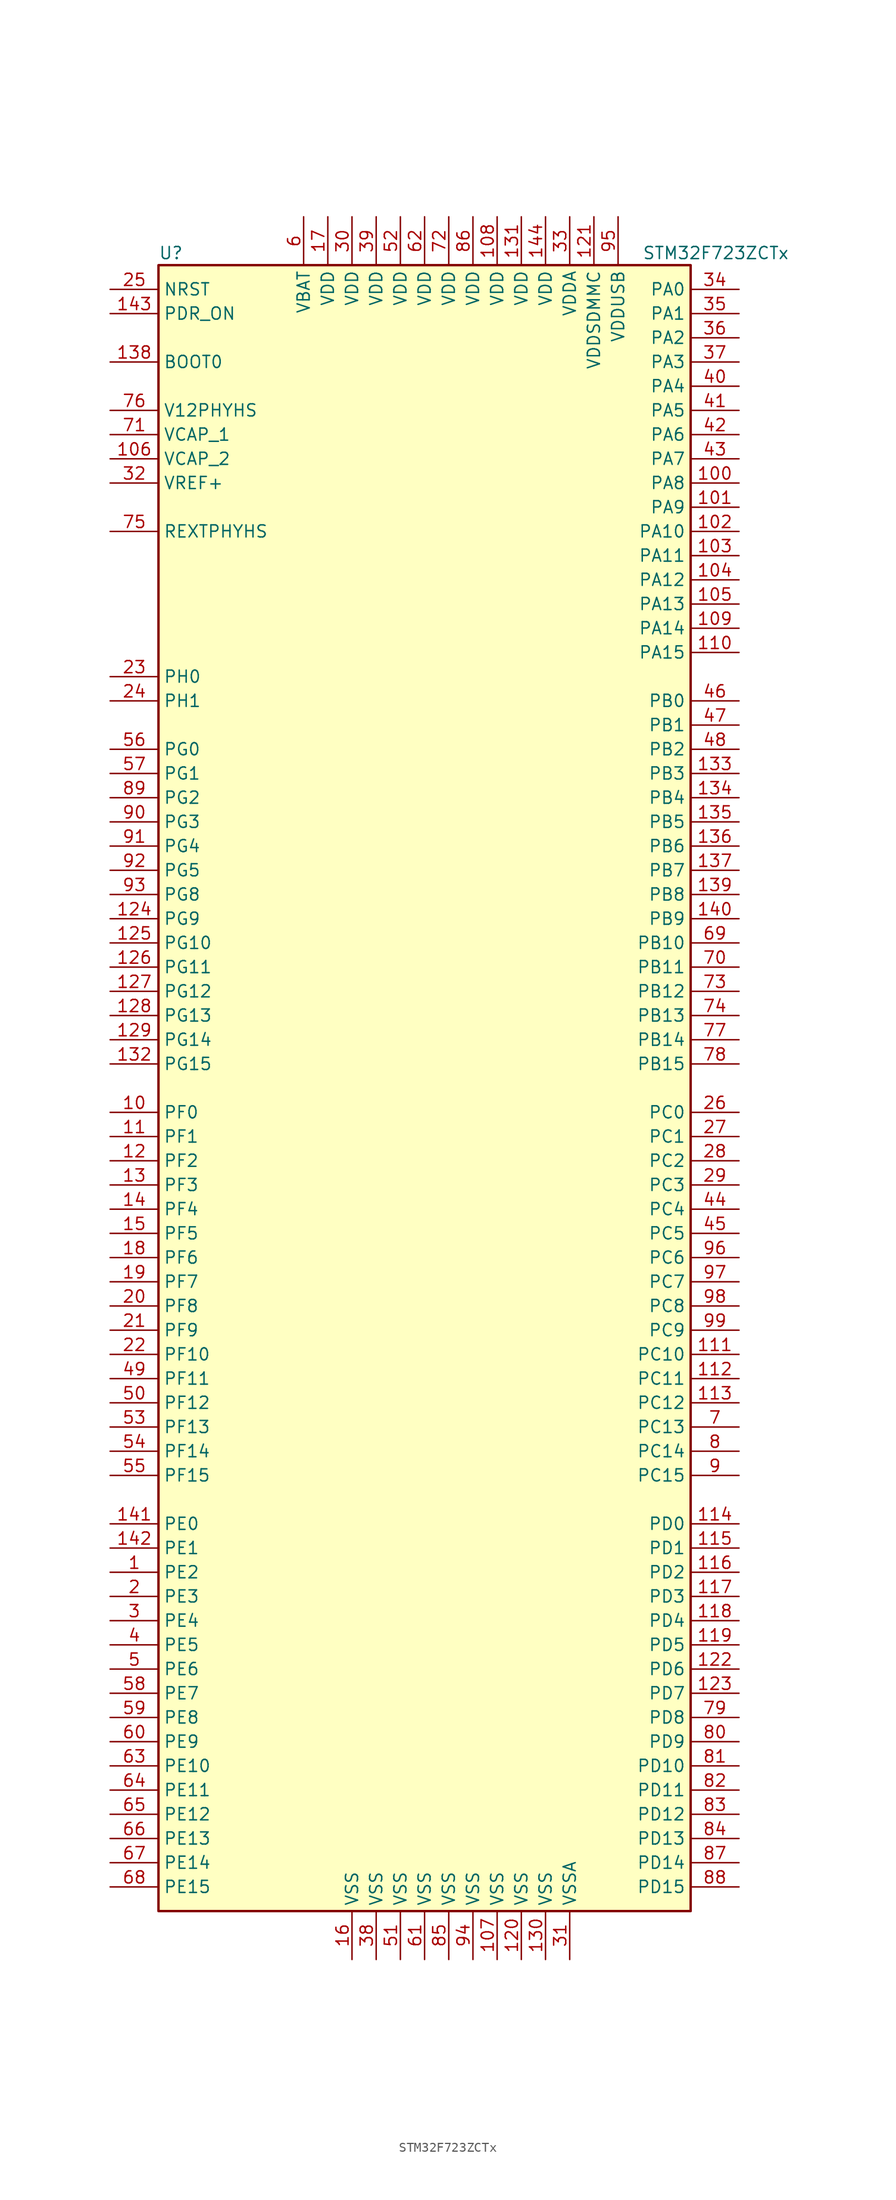
<source format=kicad_sym>
(kicad_symbol_lib
  (version 20201005)
  (generator kicad_symbol_editor)
  (symbol "STM32F723ZCTx"
    (property "Reference" "U"
      (at -27.94 87.63 0)
      (effects (font (size 1.27 1.27)) (justify left)))
    (property "Value" "STM32F723ZCTx"
      (at 22.86 87.63 0)
      (effects (font (size 1.27 1.27)) (justify left)))
    (symbol "STM32F723ZCTx_0_1"
      (rectangle (start -27.94 -86.36) (end 27.94 86.36) (stroke (width 0.254)) (fill (type background))))
    (symbol "STM32F723ZCTx_1_1"
      (pin bidirectional line (at -33.02 -50.8 0) (length 5.08) (name "PE2" (effects (font (size 1.27 1.27)))) (number "1" (effects (font (size 1.27 1.27)))))
      (pin bidirectional line (at -33.02 -2.54 0) (length 5.08) (name "PF0" (effects (font (size 1.27 1.27)))) (number "10" (effects (font (size 1.27 1.27)))))
      (pin bidirectional line (at 33.02 63.5 180) (length 5.08) (name "PA8" (effects (font (size 1.27 1.27)))) (number "100" (effects (font (size 1.27 1.27)))))
      (pin bidirectional line (at 33.02 60.96 180) (length 5.08) (name "PA9" (effects (font (size 1.27 1.27)))) (number "101" (effects (font (size 1.27 1.27)))))
      (pin bidirectional line (at 33.02 58.42 180) (length 5.08) (name "PA10" (effects (font (size 1.27 1.27)))) (number "102" (effects (font (size 1.27 1.27)))))
      (pin bidirectional line (at 33.02 55.88 180) (length 5.08) (name "PA11" (effects (font (size 1.27 1.27)))) (number "103" (effects (font (size 1.27 1.27)))))
      (pin bidirectional line (at 33.02 53.34 180) (length 5.08) (name "PA12" (effects (font (size 1.27 1.27)))) (number "104" (effects (font (size 1.27 1.27)))))
      (pin bidirectional line (at 33.02 50.8 180) (length 5.08) (name "PA13" (effects (font (size 1.27 1.27)))) (number "105" (effects (font (size 1.27 1.27)))))
      (pin power_in line (at -33.02 66.04 0) (length 5.08) (name "VCAP_2" (effects (font (size 1.27 1.27)))) (number "106" (effects (font (size 1.27 1.27)))))
      (pin power_in line (at 7.62 -91.44 90) (length 5.08) (name "VSS" (effects (font (size 1.27 1.27)))) (number "107" (effects (font (size 1.27 1.27)))))
      (pin power_in line (at 7.62 91.44 270) (length 5.08) (name "VDD" (effects (font (size 1.27 1.27)))) (number "108" (effects (font (size 1.27 1.27)))))
      (pin bidirectional line (at 33.02 48.26 180) (length 5.08) (name "PA14" (effects (font (size 1.27 1.27)))) (number "109" (effects (font (size 1.27 1.27)))))
      (pin bidirectional line (at -33.02 -5.08 0) (length 5.08) (name "PF1" (effects (font (size 1.27 1.27)))) (number "11" (effects (font (size 1.27 1.27)))))
      (pin bidirectional line (at 33.02 45.72 180) (length 5.08) (name "PA15" (effects (font (size 1.27 1.27)))) (number "110" (effects (font (size 1.27 1.27)))))
      (pin bidirectional line (at 33.02 -27.94 180) (length 5.08) (name "PC10" (effects (font (size 1.27 1.27)))) (number "111" (effects (font (size 1.27 1.27)))))
      (pin bidirectional line (at 33.02 -30.48 180) (length 5.08) (name "PC11" (effects (font (size 1.27 1.27)))) (number "112" (effects (font (size 1.27 1.27)))))
      (pin bidirectional line (at 33.02 -33.02 180) (length 5.08) (name "PC12" (effects (font (size 1.27 1.27)))) (number "113" (effects (font (size 1.27 1.27)))))
      (pin bidirectional line (at 33.02 -45.72 180) (length 5.08) (name "PD0" (effects (font (size 1.27 1.27)))) (number "114" (effects (font (size 1.27 1.27)))))
      (pin bidirectional line (at 33.02 -48.26 180) (length 5.08) (name "PD1" (effects (font (size 1.27 1.27)))) (number "115" (effects (font (size 1.27 1.27)))))
      (pin bidirectional line (at 33.02 -50.8 180) (length 5.08) (name "PD2" (effects (font (size 1.27 1.27)))) (number "116" (effects (font (size 1.27 1.27)))))
      (pin bidirectional line (at 33.02 -53.34 180) (length 5.08) (name "PD3" (effects (font (size 1.27 1.27)))) (number "117" (effects (font (size 1.27 1.27)))))
      (pin bidirectional line (at 33.02 -55.88 180) (length 5.08) (name "PD4" (effects (font (size 1.27 1.27)))) (number "118" (effects (font (size 1.27 1.27)))))
      (pin bidirectional line (at 33.02 -58.42 180) (length 5.08) (name "PD5" (effects (font (size 1.27 1.27)))) (number "119" (effects (font (size 1.27 1.27)))))
      (pin bidirectional line (at -33.02 -7.62 0) (length 5.08) (name "PF2" (effects (font (size 1.27 1.27)))) (number "12" (effects (font (size 1.27 1.27)))))
      (pin power_in line (at 10.16 -91.44 90) (length 5.08) (name "VSS" (effects (font (size 1.27 1.27)))) (number "120" (effects (font (size 1.27 1.27)))))
      (pin power_in line (at 17.78 91.44 270) (length 5.08) (name "VDDSDMMC" (effects (font (size 1.27 1.27)))) (number "121" (effects (font (size 1.27 1.27)))))
      (pin bidirectional line (at 33.02 -60.96 180) (length 5.08) (name "PD6" (effects (font (size 1.27 1.27)))) (number "122" (effects (font (size 1.27 1.27)))))
      (pin bidirectional line (at 33.02 -63.5 180) (length 5.08) (name "PD7" (effects (font (size 1.27 1.27)))) (number "123" (effects (font (size 1.27 1.27)))))
      (pin bidirectional line (at -33.02 17.78 0) (length 5.08) (name "PG9" (effects (font (size 1.27 1.27)))) (number "124" (effects (font (size 1.27 1.27)))))
      (pin bidirectional line (at -33.02 15.24 0) (length 5.08) (name "PG10" (effects (font (size 1.27 1.27)))) (number "125" (effects (font (size 1.27 1.27)))))
      (pin bidirectional line (at -33.02 12.7 0) (length 5.08) (name "PG11" (effects (font (size 1.27 1.27)))) (number "126" (effects (font (size 1.27 1.27)))))
      (pin bidirectional line (at -33.02 10.16 0) (length 5.08) (name "PG12" (effects (font (size 1.27 1.27)))) (number "127" (effects (font (size 1.27 1.27)))))
      (pin bidirectional line (at -33.02 7.62 0) (length 5.08) (name "PG13" (effects (font (size 1.27 1.27)))) (number "128" (effects (font (size 1.27 1.27)))))
      (pin bidirectional line (at -33.02 5.08 0) (length 5.08) (name "PG14" (effects (font (size 1.27 1.27)))) (number "129" (effects (font (size 1.27 1.27)))))
      (pin bidirectional line (at -33.02 -10.16 0) (length 5.08) (name "PF3" (effects (font (size 1.27 1.27)))) (number "13" (effects (font (size 1.27 1.27)))))
      (pin power_in line (at 12.7 -91.44 90) (length 5.08) (name "VSS" (effects (font (size 1.27 1.27)))) (number "130" (effects (font (size 1.27 1.27)))))
      (pin power_in line (at 10.16 91.44 270) (length 5.08) (name "VDD" (effects (font (size 1.27 1.27)))) (number "131" (effects (font (size 1.27 1.27)))))
      (pin bidirectional line (at -33.02 2.54 0) (length 5.08) (name "PG15" (effects (font (size 1.27 1.27)))) (number "132" (effects (font (size 1.27 1.27)))))
      (pin bidirectional line (at 33.02 33.02 180) (length 5.08) (name "PB3" (effects (font (size 1.27 1.27)))) (number "133" (effects (font (size 1.27 1.27)))))
      (pin bidirectional line (at 33.02 30.48 180) (length 5.08) (name "PB4" (effects (font (size 1.27 1.27)))) (number "134" (effects (font (size 1.27 1.27)))))
      (pin bidirectional line (at 33.02 27.94 180) (length 5.08) (name "PB5" (effects (font (size 1.27 1.27)))) (number "135" (effects (font (size 1.27 1.27)))))
      (pin bidirectional line (at 33.02 25.4 180) (length 5.08) (name "PB6" (effects (font (size 1.27 1.27)))) (number "136" (effects (font (size 1.27 1.27)))))
      (pin bidirectional line (at 33.02 22.86 180) (length 5.08) (name "PB7" (effects (font (size 1.27 1.27)))) (number "137" (effects (font (size 1.27 1.27)))))
      (pin input line (at -33.02 76.2 0) (length 5.08) (name "BOOT0" (effects (font (size 1.27 1.27)))) (number "138" (effects (font (size 1.27 1.27)))))
      (pin bidirectional line (at 33.02 20.32 180) (length 5.08) (name "PB8" (effects (font (size 1.27 1.27)))) (number "139" (effects (font (size 1.27 1.27)))))
      (pin bidirectional line (at -33.02 -12.7 0) (length 5.08) (name "PF4" (effects (font (size 1.27 1.27)))) (number "14" (effects (font (size 1.27 1.27)))))
      (pin bidirectional line (at 33.02 17.78 180) (length 5.08) (name "PB9" (effects (font (size 1.27 1.27)))) (number "140" (effects (font (size 1.27 1.27)))))
      (pin bidirectional line (at -33.02 -45.72 0) (length 5.08) (name "PE0" (effects (font (size 1.27 1.27)))) (number "141" (effects (font (size 1.27 1.27)))))
      (pin bidirectional line (at -33.02 -48.26 0) (length 5.08) (name "PE1" (effects (font (size 1.27 1.27)))) (number "142" (effects (font (size 1.27 1.27)))))
      (pin input line (at -33.02 81.28 0) (length 5.08) (name "PDR_ON" (effects (font (size 1.27 1.27)))) (number "143" (effects (font (size 1.27 1.27)))))
      (pin power_in line (at 12.7 91.44 270) (length 5.08) (name "VDD" (effects (font (size 1.27 1.27)))) (number "144" (effects (font (size 1.27 1.27)))))
      (pin bidirectional line (at -33.02 -15.24 0) (length 5.08) (name "PF5" (effects (font (size 1.27 1.27)))) (number "15" (effects (font (size 1.27 1.27)))))
      (pin power_in line (at -7.62 -91.44 90) (length 5.08) (name "VSS" (effects (font (size 1.27 1.27)))) (number "16" (effects (font (size 1.27 1.27)))))
      (pin power_in line (at -10.16 91.44 270) (length 5.08) (name "VDD" (effects (font (size 1.27 1.27)))) (number "17" (effects (font (size 1.27 1.27)))))
      (pin bidirectional line (at -33.02 -17.78 0) (length 5.08) (name "PF6" (effects (font (size 1.27 1.27)))) (number "18" (effects (font (size 1.27 1.27)))))
      (pin bidirectional line (at -33.02 -20.32 0) (length 5.08) (name "PF7" (effects (font (size 1.27 1.27)))) (number "19" (effects (font (size 1.27 1.27)))))
      (pin bidirectional line (at -33.02 -53.34 0) (length 5.08) (name "PE3" (effects (font (size 1.27 1.27)))) (number "2" (effects (font (size 1.27 1.27)))))
      (pin bidirectional line (at -33.02 -22.86 0) (length 5.08) (name "PF8" (effects (font (size 1.27 1.27)))) (number "20" (effects (font (size 1.27 1.27)))))
      (pin bidirectional line (at -33.02 -25.4 0) (length 5.08) (name "PF9" (effects (font (size 1.27 1.27)))) (number "21" (effects (font (size 1.27 1.27)))))
      (pin bidirectional line (at -33.02 -27.94 0) (length 5.08) (name "PF10" (effects (font (size 1.27 1.27)))) (number "22" (effects (font (size 1.27 1.27)))))
      (pin input line (at -33.02 43.18 0) (length 5.08) (name "PH0" (effects (font (size 1.27 1.27)))) (number "23" (effects (font (size 1.27 1.27)))))
      (pin input line (at -33.02 40.64 0) (length 5.08) (name "PH1" (effects (font (size 1.27 1.27)))) (number "24" (effects (font (size 1.27 1.27)))))
      (pin input line (at -33.02 83.82 0) (length 5.08) (name "NRST" (effects (font (size 1.27 1.27)))) (number "25" (effects (font (size 1.27 1.27)))))
      (pin bidirectional line (at 33.02 -2.54 180) (length 5.08) (name "PC0" (effects (font (size 1.27 1.27)))) (number "26" (effects (font (size 1.27 1.27)))))
      (pin bidirectional line (at 33.02 -5.08 180) (length 5.08) (name "PC1" (effects (font (size 1.27 1.27)))) (number "27" (effects (font (size 1.27 1.27)))))
      (pin bidirectional line (at 33.02 -7.62 180) (length 5.08) (name "PC2" (effects (font (size 1.27 1.27)))) (number "28" (effects (font (size 1.27 1.27)))))
      (pin bidirectional line (at 33.02 -10.16 180) (length 5.08) (name "PC3" (effects (font (size 1.27 1.27)))) (number "29" (effects (font (size 1.27 1.27)))))
      (pin bidirectional line (at -33.02 -55.88 0) (length 5.08) (name "PE4" (effects (font (size 1.27 1.27)))) (number "3" (effects (font (size 1.27 1.27)))))
      (pin power_in line (at -7.62 91.44 270) (length 5.08) (name "VDD" (effects (font (size 1.27 1.27)))) (number "30" (effects (font (size 1.27 1.27)))))
      (pin power_in line (at 15.24 -91.44 90) (length 5.08) (name "VSSA" (effects (font (size 1.27 1.27)))) (number "31" (effects (font (size 1.27 1.27)))))
      (pin power_in line (at -33.02 63.5 0) (length 5.08) (name "VREF+" (effects (font (size 1.27 1.27)))) (number "32" (effects (font (size 1.27 1.27)))))
      (pin power_in line (at 15.24 91.44 270) (length 5.08) (name "VDDA" (effects (font (size 1.27 1.27)))) (number "33" (effects (font (size 1.27 1.27)))))
      (pin bidirectional line (at 33.02 83.82 180) (length 5.08) (name "PA0" (effects (font (size 1.27 1.27)))) (number "34" (effects (font (size 1.27 1.27)))))
      (pin bidirectional line (at 33.02 81.28 180) (length 5.08) (name "PA1" (effects (font (size 1.27 1.27)))) (number "35" (effects (font (size 1.27 1.27)))))
      (pin bidirectional line (at 33.02 78.74 180) (length 5.08) (name "PA2" (effects (font (size 1.27 1.27)))) (number "36" (effects (font (size 1.27 1.27)))))
      (pin bidirectional line (at 33.02 76.2 180) (length 5.08) (name "PA3" (effects (font (size 1.27 1.27)))) (number "37" (effects (font (size 1.27 1.27)))))
      (pin power_in line (at -5.08 -91.44 90) (length 5.08) (name "VSS" (effects (font (size 1.27 1.27)))) (number "38" (effects (font (size 1.27 1.27)))))
      (pin power_in line (at -5.08 91.44 270) (length 5.08) (name "VDD" (effects (font (size 1.27 1.27)))) (number "39" (effects (font (size 1.27 1.27)))))
      (pin bidirectional line (at -33.02 -58.42 0) (length 5.08) (name "PE5" (effects (font (size 1.27 1.27)))) (number "4" (effects (font (size 1.27 1.27)))))
      (pin bidirectional line (at 33.02 73.66 180) (length 5.08) (name "PA4" (effects (font (size 1.27 1.27)))) (number "40" (effects (font (size 1.27 1.27)))))
      (pin bidirectional line (at 33.02 71.12 180) (length 5.08) (name "PA5" (effects (font (size 1.27 1.27)))) (number "41" (effects (font (size 1.27 1.27)))))
      (pin bidirectional line (at 33.02 68.58 180) (length 5.08) (name "PA6" (effects (font (size 1.27 1.27)))) (number "42" (effects (font (size 1.27 1.27)))))
      (pin bidirectional line (at 33.02 66.04 180) (length 5.08) (name "PA7" (effects (font (size 1.27 1.27)))) (number "43" (effects (font (size 1.27 1.27)))))
      (pin bidirectional line (at 33.02 -12.7 180) (length 5.08) (name "PC4" (effects (font (size 1.27 1.27)))) (number "44" (effects (font (size 1.27 1.27)))))
      (pin bidirectional line (at 33.02 -15.24 180) (length 5.08) (name "PC5" (effects (font (size 1.27 1.27)))) (number "45" (effects (font (size 1.27 1.27)))))
      (pin bidirectional line (at 33.02 40.64 180) (length 5.08) (name "PB0" (effects (font (size 1.27 1.27)))) (number "46" (effects (font (size 1.27 1.27)))))
      (pin bidirectional line (at 33.02 38.1 180) (length 5.08) (name "PB1" (effects (font (size 1.27 1.27)))) (number "47" (effects (font (size 1.27 1.27)))))
      (pin bidirectional line (at 33.02 35.56 180) (length 5.08) (name "PB2" (effects (font (size 1.27 1.27)))) (number "48" (effects (font (size 1.27 1.27)))))
      (pin bidirectional line (at -33.02 -30.48 0) (length 5.08) (name "PF11" (effects (font (size 1.27 1.27)))) (number "49" (effects (font (size 1.27 1.27)))))
      (pin bidirectional line (at -33.02 -60.96 0) (length 5.08) (name "PE6" (effects (font (size 1.27 1.27)))) (number "5" (effects (font (size 1.27 1.27)))))
      (pin bidirectional line (at -33.02 -33.02 0) (length 5.08) (name "PF12" (effects (font (size 1.27 1.27)))) (number "50" (effects (font (size 1.27 1.27)))))
      (pin power_in line (at -2.54 -91.44 90) (length 5.08) (name "VSS" (effects (font (size 1.27 1.27)))) (number "51" (effects (font (size 1.27 1.27)))))
      (pin power_in line (at -2.54 91.44 270) (length 5.08) (name "VDD" (effects (font (size 1.27 1.27)))) (number "52" (effects (font (size 1.27 1.27)))))
      (pin bidirectional line (at -33.02 -35.56 0) (length 5.08) (name "PF13" (effects (font (size 1.27 1.27)))) (number "53" (effects (font (size 1.27 1.27)))))
      (pin bidirectional line (at -33.02 -38.1 0) (length 5.08) (name "PF14" (effects (font (size 1.27 1.27)))) (number "54" (effects (font (size 1.27 1.27)))))
      (pin bidirectional line (at -33.02 -40.64 0) (length 5.08) (name "PF15" (effects (font (size 1.27 1.27)))) (number "55" (effects (font (size 1.27 1.27)))))
      (pin bidirectional line (at -33.02 35.56 0) (length 5.08) (name "PG0" (effects (font (size 1.27 1.27)))) (number "56" (effects (font (size 1.27 1.27)))))
      (pin bidirectional line (at -33.02 33.02 0) (length 5.08) (name "PG1" (effects (font (size 1.27 1.27)))) (number "57" (effects (font (size 1.27 1.27)))))
      (pin bidirectional line (at -33.02 -63.5 0) (length 5.08) (name "PE7" (effects (font (size 1.27 1.27)))) (number "58" (effects (font (size 1.27 1.27)))))
      (pin bidirectional line (at -33.02 -66.04 0) (length 5.08) (name "PE8" (effects (font (size 1.27 1.27)))) (number "59" (effects (font (size 1.27 1.27)))))
      (pin power_in line (at -12.7 91.44 270) (length 5.08) (name "VBAT" (effects (font (size 1.27 1.27)))) (number "6" (effects (font (size 1.27 1.27)))))
      (pin bidirectional line (at -33.02 -68.58 0) (length 5.08) (name "PE9" (effects (font (size 1.27 1.27)))) (number "60" (effects (font (size 1.27 1.27)))))
      (pin power_in line (at 0 -91.44 90) (length 5.08) (name "VSS" (effects (font (size 1.27 1.27)))) (number "61" (effects (font (size 1.27 1.27)))))
      (pin power_in line (at 0 91.44 270) (length 5.08) (name "VDD" (effects (font (size 1.27 1.27)))) (number "62" (effects (font (size 1.27 1.27)))))
      (pin bidirectional line (at -33.02 -71.12 0) (length 5.08) (name "PE10" (effects (font (size 1.27 1.27)))) (number "63" (effects (font (size 1.27 1.27)))))
      (pin bidirectional line (at -33.02 -73.66 0) (length 5.08) (name "PE11" (effects (font (size 1.27 1.27)))) (number "64" (effects (font (size 1.27 1.27)))))
      (pin bidirectional line (at -33.02 -76.2 0) (length 5.08) (name "PE12" (effects (font (size 1.27 1.27)))) (number "65" (effects (font (size 1.27 1.27)))))
      (pin bidirectional line (at -33.02 -78.74 0) (length 5.08) (name "PE13" (effects (font (size 1.27 1.27)))) (number "66" (effects (font (size 1.27 1.27)))))
      (pin bidirectional line (at -33.02 -81.28 0) (length 5.08) (name "PE14" (effects (font (size 1.27 1.27)))) (number "67" (effects (font (size 1.27 1.27)))))
      (pin bidirectional line (at -33.02 -83.82 0) (length 5.08) (name "PE15" (effects (font (size 1.27 1.27)))) (number "68" (effects (font (size 1.27 1.27)))))
      (pin bidirectional line (at 33.02 15.24 180) (length 5.08) (name "PB10" (effects (font (size 1.27 1.27)))) (number "69" (effects (font (size 1.27 1.27)))))
      (pin bidirectional line (at 33.02 -35.56 180) (length 5.08) (name "PC13" (effects (font (size 1.27 1.27)))) (number "7" (effects (font (size 1.27 1.27)))))
      (pin bidirectional line (at 33.02 12.7 180) (length 5.08) (name "PB11" (effects (font (size 1.27 1.27)))) (number "70" (effects (font (size 1.27 1.27)))))
      (pin power_in line (at -33.02 68.58 0) (length 5.08) (name "VCAP_1" (effects (font (size 1.27 1.27)))) (number "71" (effects (font (size 1.27 1.27)))))
      (pin power_in line (at 2.54 91.44 270) (length 5.08) (name "VDD" (effects (font (size 1.27 1.27)))) (number "72" (effects (font (size 1.27 1.27)))))
      (pin bidirectional line (at 33.02 10.16 180) (length 5.08) (name "PB12" (effects (font (size 1.27 1.27)))) (number "73" (effects (font (size 1.27 1.27)))))
      (pin bidirectional line (at 33.02 7.62 180) (length 5.08) (name "PB13" (effects (font (size 1.27 1.27)))) (number "74" (effects (font (size 1.27 1.27)))))
      (pin bidirectional line (at -33.02 58.42 0) (length 5.08) (name "REXTPHYHS" (effects (font (size 1.27 1.27)))) (number "75" (effects (font (size 1.27 1.27)))))
      (pin power_in line (at -33.02 71.12 0) (length 5.08) (name "V12PHYHS" (effects (font (size 1.27 1.27)))) (number "76" (effects (font (size 1.27 1.27)))))
      (pin bidirectional line (at 33.02 5.08 180) (length 5.08) (name "PB14" (effects (font (size 1.27 1.27)))) (number "77" (effects (font (size 1.27 1.27)))))
      (pin bidirectional line (at 33.02 2.54 180) (length 5.08) (name "PB15" (effects (font (size 1.27 1.27)))) (number "78" (effects (font (size 1.27 1.27)))))
      (pin bidirectional line (at 33.02 -66.04 180) (length 5.08) (name "PD8" (effects (font (size 1.27 1.27)))) (number "79" (effects (font (size 1.27 1.27)))))
      (pin bidirectional line (at 33.02 -38.1 180) (length 5.08) (name "PC14" (effects (font (size 1.27 1.27)))) (number "8" (effects (font (size 1.27 1.27)))))
      (pin bidirectional line (at 33.02 -68.58 180) (length 5.08) (name "PD9" (effects (font (size 1.27 1.27)))) (number "80" (effects (font (size 1.27 1.27)))))
      (pin bidirectional line (at 33.02 -71.12 180) (length 5.08) (name "PD10" (effects (font (size 1.27 1.27)))) (number "81" (effects (font (size 1.27 1.27)))))
      (pin bidirectional line (at 33.02 -73.66 180) (length 5.08) (name "PD11" (effects (font (size 1.27 1.27)))) (number "82" (effects (font (size 1.27 1.27)))))
      (pin bidirectional line (at 33.02 -76.2 180) (length 5.08) (name "PD12" (effects (font (size 1.27 1.27)))) (number "83" (effects (font (size 1.27 1.27)))))
      (pin bidirectional line (at 33.02 -78.74 180) (length 5.08) (name "PD13" (effects (font (size 1.27 1.27)))) (number "84" (effects (font (size 1.27 1.27)))))
      (pin power_in line (at 2.54 -91.44 90) (length 5.08) (name "VSS" (effects (font (size 1.27 1.27)))) (number "85" (effects (font (size 1.27 1.27)))))
      (pin power_in line (at 5.08 91.44 270) (length 5.08) (name "VDD" (effects (font (size 1.27 1.27)))) (number "86" (effects (font (size 1.27 1.27)))))
      (pin bidirectional line (at 33.02 -81.28 180) (length 5.08) (name "PD14" (effects (font (size 1.27 1.27)))) (number "87" (effects (font (size 1.27 1.27)))))
      (pin bidirectional line (at 33.02 -83.82 180) (length 5.08) (name "PD15" (effects (font (size 1.27 1.27)))) (number "88" (effects (font (size 1.27 1.27)))))
      (pin bidirectional line (at -33.02 30.48 0) (length 5.08) (name "PG2" (effects (font (size 1.27 1.27)))) (number "89" (effects (font (size 1.27 1.27)))))
      (pin bidirectional line (at 33.02 -40.64 180) (length 5.08) (name "PC15" (effects (font (size 1.27 1.27)))) (number "9" (effects (font (size 1.27 1.27)))))
      (pin bidirectional line (at -33.02 27.94 0) (length 5.08) (name "PG3" (effects (font (size 1.27 1.27)))) (number "90" (effects (font (size 1.27 1.27)))))
      (pin bidirectional line (at -33.02 25.4 0) (length 5.08) (name "PG4" (effects (font (size 1.27 1.27)))) (number "91" (effects (font (size 1.27 1.27)))))
      (pin bidirectional line (at -33.02 22.86 0) (length 5.08) (name "PG5" (effects (font (size 1.27 1.27)))) (number "92" (effects (font (size 1.27 1.27)))))
      (pin bidirectional line (at -33.02 20.32 0) (length 5.08) (name "PG8" (effects (font (size 1.27 1.27)))) (number "93" (effects (font (size 1.27 1.27)))))
      (pin power_in line (at 5.08 -91.44 90) (length 5.08) (name "VSS" (effects (font (size 1.27 1.27)))) (number "94" (effects (font (size 1.27 1.27)))))
      (pin power_in line (at 20.32 91.44 270) (length 5.08) (name "VDDUSB" (effects (font (size 1.27 1.27)))) (number "95" (effects (font (size 1.27 1.27)))))
      (pin bidirectional line (at 33.02 -17.78 180) (length 5.08) (name "PC6" (effects (font (size 1.27 1.27)))) (number "96" (effects (font (size 1.27 1.27)))))
      (pin bidirectional line (at 33.02 -20.32 180) (length 5.08) (name "PC7" (effects (font (size 1.27 1.27)))) (number "97" (effects (font (size 1.27 1.27)))))
      (pin bidirectional line (at 33.02 -22.86 180) (length 5.08) (name "PC8" (effects (font (size 1.27 1.27)))) (number "98" (effects (font (size 1.27 1.27)))))
      (pin bidirectional line (at 33.02 -25.4 180) (length 5.08) (name "PC9" (effects (font (size 1.27 1.27)))) (number "99" (effects (font (size 1.27 1.27))))))))
</source>
